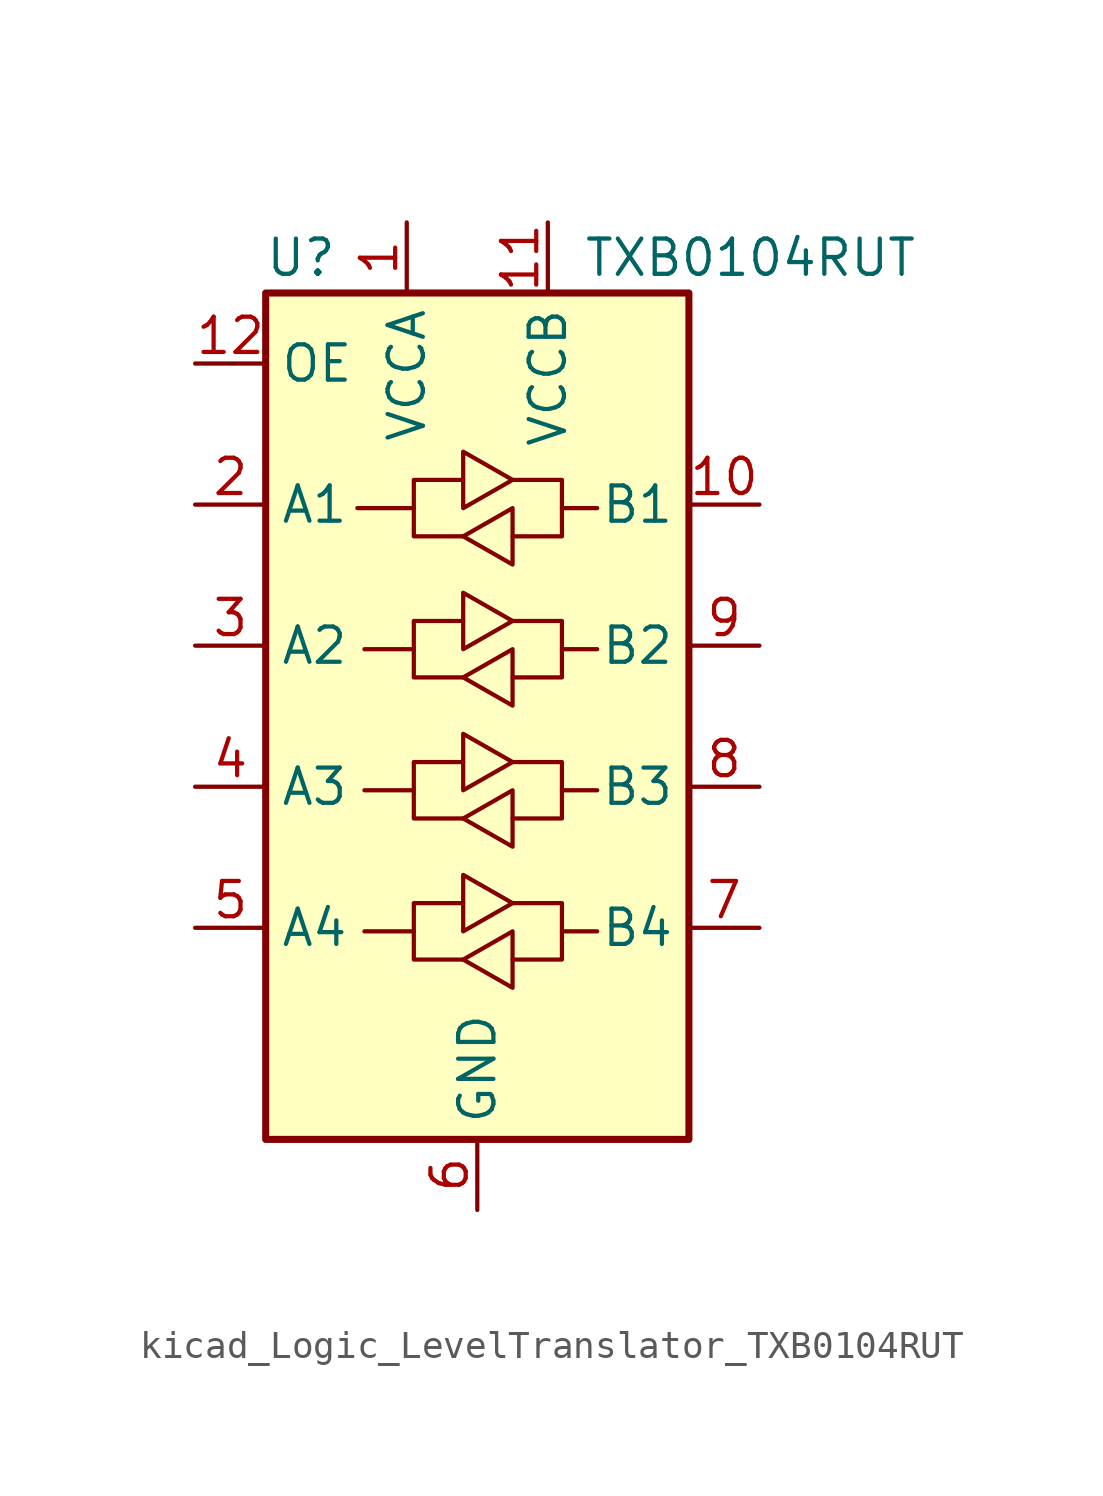
<source format=kicad_sym>
(kicad_symbol_lib
  (version 20220914)
  (generator kicad_symbol_editor)
  (symbol "kicad_Logic_LevelTranslator_TXB0104RUT"
    (property "Reference" "U"
      (at -6.35 16.51 0)
      (effects (font (size 1.27 1.27))))
    (property "Value" "TXB0104RUT"
      (at 3.81 16.51 0)
      (effects (font (size 1.27 1.27)) (justify left)))
    (symbol "kicad_Logic_LevelTranslator_TXB0104RUT_0_1"
      (rectangle (start -7.62 15.24) (end 7.62 -15.24) (stroke (width 0.254) (type default)) (fill (type background)))
      (polyline (pts (xy -2.286 -7.747) (xy -2.286 -6.731) (xy -0.508 -6.731)) (stroke (width 0) (type default)) (fill (type none)))
      (polyline (pts (xy -2.286 -2.667) (xy -2.286 -1.651) (xy -0.508 -1.651)) (stroke (width 0) (type default)) (fill (type none)))
      (polyline (pts (xy -2.286 2.413) (xy -2.286 3.429) (xy -0.508 3.429)) (stroke (width 0) (type default)) (fill (type none)))
      (polyline (pts (xy -2.286 7.493) (xy -2.286 8.509) (xy -0.508 8.509)) (stroke (width 0) (type default)) (fill (type none)))
      (polyline (pts (xy 3.048 -7.747) (xy 3.048 -8.763) (xy 1.27 -8.763)) (stroke (width 0) (type default)) (fill (type none)))
      (polyline (pts (xy 3.048 -2.667) (xy 3.048 -3.683) (xy 1.27 -3.683)) (stroke (width 0) (type default)) (fill (type none)))
      (polyline (pts (xy 3.048 2.413) (xy 3.048 1.397) (xy 1.27 1.397)) (stroke (width 0) (type default)) (fill (type none)))
      (polyline (pts (xy 3.048 7.493) (xy 3.048 6.477) (xy 1.27 6.477)) (stroke (width 0) (type default)) (fill (type none)))
      (polyline (pts (xy -0.508 -8.763) (xy -2.286 -8.763) (xy -2.286 -7.747) (xy -4.064 -7.747)) (stroke (width 0) (type default)) (fill (type none)))
      (polyline (pts (xy -0.508 -8.763) (xy 1.27 -7.747) (xy 1.27 -9.779) (xy -0.508 -8.763)) (stroke (width 0) (type default)) (fill (type none)))
      (polyline (pts (xy -0.508 -3.683) (xy -2.286 -3.683) (xy -2.286 -2.667) (xy -4.064 -2.667)) (stroke (width 0) (type default)) (fill (type none)))
      (polyline (pts (xy -0.508 -3.683) (xy 1.27 -2.667) (xy 1.27 -4.699) (xy -0.508 -3.683)) (stroke (width 0) (type default)) (fill (type none)))
      (polyline (pts (xy -0.508 1.397) (xy -2.286 1.397) (xy -2.286 2.413) (xy -4.064 2.413)) (stroke (width 0) (type default)) (fill (type none)))
      (polyline (pts (xy -0.508 1.397) (xy 1.27 2.413) (xy 1.27 0.381) (xy -0.508 1.397)) (stroke (width 0) (type default)) (fill (type none)))
      (polyline (pts (xy -0.508 6.477) (xy -2.286 6.477) (xy -2.286 7.493) (xy -4.318 7.493)) (stroke (width 0) (type default)) (fill (type none)))
      (polyline (pts (xy -0.508 6.477) (xy 1.27 7.493) (xy 1.27 5.461) (xy -0.508 6.477)) (stroke (width 0) (type default)) (fill (type none)))
      (polyline (pts (xy 1.27 -6.731) (xy -0.508 -7.747) (xy -0.508 -5.715) (xy 1.27 -6.731)) (stroke (width 0) (type default)) (fill (type none)))
      (polyline (pts (xy 1.27 -6.731) (xy 3.048 -6.731) (xy 3.048 -7.747) (xy 4.318 -7.747)) (stroke (width 0) (type default)) (fill (type none)))
      (polyline (pts (xy 1.27 -1.651) (xy -0.508 -2.667) (xy -0.508 -0.635) (xy 1.27 -1.651)) (stroke (width 0) (type default)) (fill (type none)))
      (polyline (pts (xy 1.27 -1.651) (xy 3.048 -1.651) (xy 3.048 -2.667) (xy 4.318 -2.667)) (stroke (width 0) (type default)) (fill (type none)))
      (polyline (pts (xy 1.27 3.429) (xy -0.508 2.413) (xy -0.508 4.445) (xy 1.27 3.429)) (stroke (width 0) (type default)) (fill (type none)))
      (polyline (pts (xy 1.27 3.429) (xy 3.048 3.429) (xy 3.048 2.413) (xy 4.318 2.413)) (stroke (width 0) (type default)) (fill (type none)))
      (polyline (pts (xy 1.27 8.509) (xy -0.508 7.493) (xy -0.508 9.525) (xy 1.27 8.509)) (stroke (width 0) (type default)) (fill (type none)))
      (polyline (pts (xy 1.27 8.509) (xy 3.048 8.509) (xy 3.048 7.493) (xy 4.318 7.493)) (stroke (width 0) (type default)) (fill (type none))))
    (symbol "kicad_Logic_LevelTranslator_TXB0104RUT_1_1"
      (pin power_in line (at -2.54 17.78 270) (length 2.54) (name "VCCA" (effects (font (size 1.27 1.27)))) (number "1" (effects (font (size 1.27 1.27)))))
      (pin tri_state line (at 10.16 7.62 180) (length 2.54) (name "B1" (effects (font (size 1.27 1.27)))) (number "10" (effects (font (size 1.27 1.27)))))
      (pin power_in line (at 2.54 17.78 270) (length 2.54) (name "VCCB" (effects (font (size 1.27 1.27)))) (number "11" (effects (font (size 1.27 1.27)))))
      (pin input line (at -10.16 12.7 0) (length 2.54) (name "OE" (effects (font (size 1.27 1.27)))) (number "12" (effects (font (size 1.27 1.27)))))
      (pin tri_state line (at -10.16 7.62 0) (length 2.54) (name "A1" (effects (font (size 1.27 1.27)))) (number "2" (effects (font (size 1.27 1.27)))))
      (pin tri_state line (at -10.16 2.54 0) (length 2.54) (name "A2" (effects (font (size 1.27 1.27)))) (number "3" (effects (font (size 1.27 1.27)))))
      (pin tri_state line (at -10.16 -2.54 0) (length 2.54) (name "A3" (effects (font (size 1.27 1.27)))) (number "4" (effects (font (size 1.27 1.27)))))
      (pin tri_state line (at -10.16 -7.62 0) (length 2.54) (name "A4" (effects (font (size 1.27 1.27)))) (number "5" (effects (font (size 1.27 1.27)))))
      (pin power_in line (at 0 -17.78 90) (length 2.54) (name "GND" (effects (font (size 1.27 1.27)))) (number "6" (effects (font (size 1.27 1.27)))))
      (pin tri_state line (at 10.16 -7.62 180) (length 2.54) (name "B4" (effects (font (size 1.27 1.27)))) (number "7" (effects (font (size 1.27 1.27)))))
      (pin tri_state line (at 10.16 -2.54 180) (length 2.54) (name "B3" (effects (font (size 1.27 1.27)))) (number "8" (effects (font (size 1.27 1.27)))))
      (pin tri_state line (at 10.16 2.54 180) (length 2.54) (name "B2" (effects (font (size 1.27 1.27)))) (number "9" (effects (font (size 1.27 1.27))))))))
</source>
